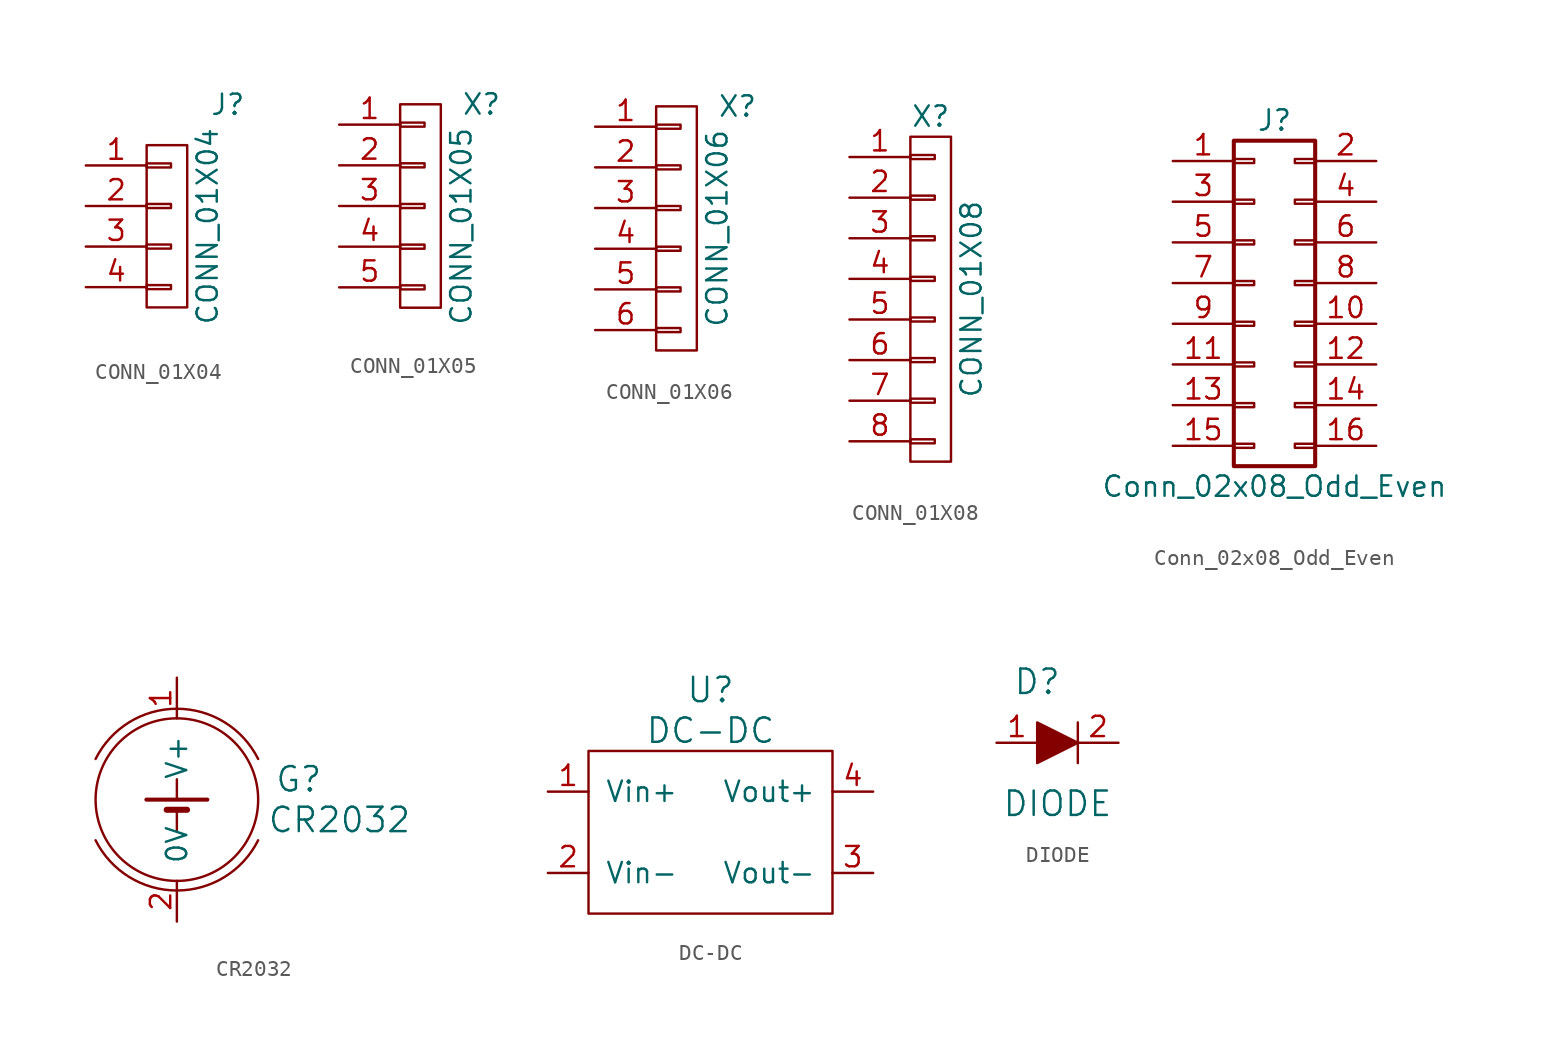
<source format=kicad_sym>
(kicad_symbol_lib
  (version 20211014)
  (generator kicad_symbol_editor)
  (symbol "CONN_01X04"
    (pin_names
      (offset 1.016) hide)
    (property "Reference" "J"
      (at 3.81 8.89 0)
      (effects (font (size 1.27 1.27))))
    (property "Value" "CONN_01X04"
      (at 2.54 1.27 90)
      (effects (font (size 1.27 1.27))))
    (property "Footprint" ""
      (at 0 -3.81 0)
      (effects (font (size 1.27 1.27))))
    (property "Datasheet" ""
      (at -3.81 -5.08 0)
      (effects (font (size 1.27 1.27))))
    (symbol "CONN_01X04_0_1"
      (rectangle (start -1.27 -2.413) (end 0.254 -2.667) (stroke (width 0) (type default) (color 0 0 0 0)) (fill (type none)))
      (rectangle (start -1.27 0.127) (end 0.254 -0.127) (stroke (width 0) (type default) (color 0 0 0 0)) (fill (type none)))
      (rectangle (start -1.27 2.667) (end 0.254 2.413) (stroke (width 0) (type default) (color 0 0 0 0)) (fill (type none)))
      (rectangle (start -1.27 5.207) (end 0.254 4.953) (stroke (width 0) (type default) (color 0 0 0 0)) (fill (type none)))
      (rectangle (start -1.27 6.35) (end 1.27 -3.81) (stroke (width 0) (type default) (color 0 0 0 0)) (fill (type none))))
    (symbol "CONN_01X04_1_1"
      (pin passive line (at -5.08 5.08 0) (length 3.81) (name "P1" (effects (font (size 1.27 1.27)))) (number "1" (effects (font (size 1.27 1.27)))))
      (pin passive line (at -5.08 2.54 0) (length 3.81) (name "P2" (effects (font (size 1.27 1.27)))) (number "2" (effects (font (size 1.27 1.27)))))
      (pin passive line (at -5.08 0 0) (length 3.81) (name "P3" (effects (font (size 1.27 1.27)))) (number "3" (effects (font (size 1.27 1.27)))))
      (pin passive line (at -5.08 -2.54 0) (length 3.81) (name "P4" (effects (font (size 1.27 1.27)))) (number "4" (effects (font (size 1.27 1.27)))))))
  (symbol "CONN_01X05"
    (pin_names
      (offset 1.016) hide)
    (property "Reference" "X"
      (at 3.81 8.89 0)
      (effects (font (size 1.27 1.27))))
    (property "Value" "CONN_01X05"
      (at 2.54 1.27 90)
      (effects (font (size 1.27 1.27))))
    (property "Footprint" ""
      (at 0 0 0)
      (effects (font (size 1.27 1.27))))
    (property "Datasheet" ""
      (at 0 0 0)
      (effects (font (size 1.27 1.27))))
    (symbol "CONN_01X05_0_1"
      (rectangle (start -1.27 -2.413) (end 0.254 -2.667) (stroke (width 0) (type default) (color 0 0 0 0)) (fill (type none)))
      (rectangle (start -1.27 0.127) (end 0.254 -0.127) (stroke (width 0) (type default) (color 0 0 0 0)) (fill (type none)))
      (rectangle (start -1.27 2.667) (end 0.254 2.413) (stroke (width 0) (type default) (color 0 0 0 0)) (fill (type none)))
      (rectangle (start -1.27 5.207) (end 0.254 4.953) (stroke (width 0) (type default) (color 0 0 0 0)) (fill (type none)))
      (rectangle (start -1.27 7.747) (end 0.254 7.493) (stroke (width 0) (type default) (color 0 0 0 0)) (fill (type none)))
      (rectangle (start -1.27 8.89) (end 1.27 -3.81) (stroke (width 0) (type default) (color 0 0 0 0)) (fill (type none))))
    (symbol "CONN_01X05_1_1"
      (pin passive line (at -5.08 7.62 0) (length 3.81) (name "P1" (effects (font (size 1.27 1.27)))) (number "1" (effects (font (size 1.27 1.27)))))
      (pin passive line (at -5.08 5.08 0) (length 3.81) (name "P2" (effects (font (size 1.27 1.27)))) (number "2" (effects (font (size 1.27 1.27)))))
      (pin passive line (at -5.08 2.54 0) (length 3.81) (name "P3" (effects (font (size 1.27 1.27)))) (number "3" (effects (font (size 1.27 1.27)))))
      (pin passive line (at -5.08 0 0) (length 3.81) (name "P4" (effects (font (size 1.27 1.27)))) (number "4" (effects (font (size 1.27 1.27)))))
      (pin passive line (at -5.08 -2.54 0) (length 3.81) (name "P5" (effects (font (size 1.27 1.27)))) (number "5" (effects (font (size 1.27 1.27)))))))
  (symbol "CONN_01X06"
    (pin_names
      (offset 1.016) hide)
    (property "Reference" "X"
      (at 3.81 8.89 0)
      (effects (font (size 1.27 1.27))))
    (property "Value" "CONN_01X06"
      (at 2.54 1.27 90)
      (effects (font (size 1.27 1.27))))
    (property "Footprint" ""
      (at 0 0 0)
      (effects (font (size 1.27 1.27))))
    (property "Datasheet" ""
      (at 0 0 0)
      (effects (font (size 1.27 1.27))))
    (symbol "CONN_01X06_0_1"
      (rectangle (start -1.27 -4.953) (end 0.254 -5.207) (stroke (width 0) (type default) (color 0 0 0 0)) (fill (type none)))
      (rectangle (start -1.27 -2.413) (end 0.254 -2.667) (stroke (width 0) (type default) (color 0 0 0 0)) (fill (type none)))
      (rectangle (start -1.27 0.127) (end 0.254 -0.127) (stroke (width 0) (type default) (color 0 0 0 0)) (fill (type none)))
      (rectangle (start -1.27 2.667) (end 0.254 2.413) (stroke (width 0) (type default) (color 0 0 0 0)) (fill (type none)))
      (rectangle (start -1.27 5.207) (end 0.254 4.953) (stroke (width 0) (type default) (color 0 0 0 0)) (fill (type none)))
      (rectangle (start -1.27 7.747) (end 0.254 7.493) (stroke (width 0) (type default) (color 0 0 0 0)) (fill (type none)))
      (rectangle (start -1.27 8.89) (end 1.27 -6.35) (stroke (width 0) (type default) (color 0 0 0 0)) (fill (type none))))
    (symbol "CONN_01X06_1_1"
      (pin passive line (at -5.08 7.62 0) (length 3.81) (name "P1" (effects (font (size 1.27 1.27)))) (number "1" (effects (font (size 1.27 1.27)))))
      (pin passive line (at -5.08 5.08 0) (length 3.81) (name "P2" (effects (font (size 1.27 1.27)))) (number "2" (effects (font (size 1.27 1.27)))))
      (pin passive line (at -5.08 2.54 0) (length 3.81) (name "P3" (effects (font (size 1.27 1.27)))) (number "3" (effects (font (size 1.27 1.27)))))
      (pin passive line (at -5.08 0 0) (length 3.81) (name "P4" (effects (font (size 1.27 1.27)))) (number "4" (effects (font (size 1.27 1.27)))))
      (pin passive line (at -5.08 -2.54 0) (length 3.81) (name "P5" (effects (font (size 1.27 1.27)))) (number "5" (effects (font (size 1.27 1.27)))))
      (pin passive line (at -5.08 -5.08 0) (length 3.81) (name "P6" (effects (font (size 1.27 1.27)))) (number "6" (effects (font (size 1.27 1.27)))))))
  (symbol "CONN_01X08"
    (pin_names
      (offset 1.016) hide)
    (property "Reference" "X"
      (at 0 11.43 0)
      (effects (font (size 1.27 1.27))))
    (property "Value" "CONN_01X08"
      (at 2.54 0 90)
      (effects (font (size 1.27 1.27))))
    (property "Footprint" ""
      (at 0 0 0)
      (effects (font (size 1.27 1.27))))
    (property "Datasheet" ""
      (at 0 0 0)
      (effects (font (size 1.27 1.27))))
    (symbol "CONN_01X08_0_1"
      (rectangle (start -1.27 -10.16) (end 1.27 10.16) (stroke (width 0) (type default) (color 0 0 0 0)) (fill (type none)))
      (rectangle (start -1.27 -8.763) (end 0.254 -9.017) (stroke (width 0) (type default) (color 0 0 0 0)) (fill (type none)))
      (rectangle (start -1.27 -6.223) (end 0.254 -6.477) (stroke (width 0) (type default) (color 0 0 0 0)) (fill (type none)))
      (rectangle (start -1.27 -3.683) (end 0.254 -3.937) (stroke (width 0) (type default) (color 0 0 0 0)) (fill (type none)))
      (rectangle (start -1.27 -1.143) (end 0.254 -1.397) (stroke (width 0) (type default) (color 0 0 0 0)) (fill (type none)))
      (rectangle (start -1.27 1.397) (end 0.254 1.143) (stroke (width 0) (type default) (color 0 0 0 0)) (fill (type none)))
      (rectangle (start -1.27 3.937) (end 0.254 3.683) (stroke (width 0) (type default) (color 0 0 0 0)) (fill (type none)))
      (rectangle (start -1.27 6.477) (end 0.254 6.223) (stroke (width 0) (type default) (color 0 0 0 0)) (fill (type none)))
      (rectangle (start -1.27 9.017) (end 0.254 8.763) (stroke (width 0) (type default) (color 0 0 0 0)) (fill (type none))))
    (symbol "CONN_01X08_1_1"
      (pin passive line (at -5.08 8.89 0) (length 3.81) (name "P1" (effects (font (size 1.27 1.27)))) (number "1" (effects (font (size 1.27 1.27)))))
      (pin passive line (at -5.08 6.35 0) (length 3.81) (name "P2" (effects (font (size 1.27 1.27)))) (number "2" (effects (font (size 1.27 1.27)))))
      (pin passive line (at -5.08 3.81 0) (length 3.81) (name "P3" (effects (font (size 1.27 1.27)))) (number "3" (effects (font (size 1.27 1.27)))))
      (pin passive line (at -5.08 1.27 0) (length 3.81) (name "P4" (effects (font (size 1.27 1.27)))) (number "4" (effects (font (size 1.27 1.27)))))
      (pin passive line (at -5.08 -1.27 0) (length 3.81) (name "P5" (effects (font (size 1.27 1.27)))) (number "5" (effects (font (size 1.27 1.27)))))
      (pin passive line (at -5.08 -3.81 0) (length 3.81) (name "P6" (effects (font (size 1.27 1.27)))) (number "6" (effects (font (size 1.27 1.27)))))
      (pin passive line (at -5.08 -6.35 0) (length 3.81) (name "P7" (effects (font (size 1.27 1.27)))) (number "7" (effects (font (size 1.27 1.27)))))
      (pin passive line (at -5.08 -8.89 0) (length 3.81) (name "P8" (effects (font (size 1.27 1.27)))) (number "8" (effects (font (size 1.27 1.27)))))))
  (symbol "Conn_02x08_Odd_Even"
    (pin_names
      (offset 1.016) hide)
    (property "Reference" "J"
      (at 0 11.43 0)
      (effects (font (size 1.27 1.27))))
    (property "Value" "Conn_02x08_Odd_Even"
      (at 0 -11.43 0)
      (effects (font (size 1.27 1.27))))
    (symbol "Conn_02x08_Odd_Even_1_1"
      (rectangle (start -2.54 -8.763) (end -1.27 -9.017) (stroke (width 0.152) (type default) (color 0 0 0 0)) (fill (type none)))
      (rectangle (start -2.54 -6.223) (end -1.27 -6.477) (stroke (width 0.152) (type default) (color 0 0 0 0)) (fill (type none)))
      (rectangle (start -2.54 -3.683) (end -1.27 -3.937) (stroke (width 0.152) (type default) (color 0 0 0 0)) (fill (type none)))
      (rectangle (start -2.54 -1.143) (end -1.27 -1.397) (stroke (width 0.152) (type default) (color 0 0 0 0)) (fill (type none)))
      (rectangle (start -2.54 1.397) (end -1.27 1.143) (stroke (width 0.152) (type default) (color 0 0 0 0)) (fill (type none)))
      (rectangle (start -2.54 3.937) (end -1.27 3.683) (stroke (width 0.152) (type default) (color 0 0 0 0)) (fill (type none)))
      (rectangle (start -2.54 6.477) (end -1.27 6.223) (stroke (width 0.152) (type default) (color 0 0 0 0)) (fill (type none)))
      (rectangle (start -2.54 9.017) (end -1.27 8.763) (stroke (width 0.152) (type default) (color 0 0 0 0)) (fill (type none)))
      (rectangle (start -2.54 10.16) (end 2.54 -10.16) (stroke (width 0.254) (type default) (color 0 0 0 0)) (fill (type none)))
      (rectangle (start 2.54 -8.763) (end 1.27 -9.017) (stroke (width 0.152) (type default) (color 0 0 0 0)) (fill (type none)))
      (rectangle (start 2.54 -6.223) (end 1.27 -6.477) (stroke (width 0.152) (type default) (color 0 0 0 0)) (fill (type none)))
      (rectangle (start 2.54 -3.683) (end 1.27 -3.937) (stroke (width 0.152) (type default) (color 0 0 0 0)) (fill (type none)))
      (rectangle (start 2.54 -1.143) (end 1.27 -1.397) (stroke (width 0.152) (type default) (color 0 0 0 0)) (fill (type none)))
      (rectangle (start 2.54 1.397) (end 1.27 1.143) (stroke (width 0.152) (type default) (color 0 0 0 0)) (fill (type none)))
      (rectangle (start 2.54 3.937) (end 1.27 3.683) (stroke (width 0.152) (type default) (color 0 0 0 0)) (fill (type none)))
      (rectangle (start 2.54 6.477) (end 1.27 6.223) (stroke (width 0.152) (type default) (color 0 0 0 0)) (fill (type none)))
      (rectangle (start 2.54 9.017) (end 1.27 8.763) (stroke (width 0.152) (type default) (color 0 0 0 0)) (fill (type none)))
      (pin passive line (at -6.35 8.89 0) (length 3.81) (name "Pin_1" (effects (font (size 1.27 1.27)))) (number "1" (effects (font (size 1.27 1.27)))))
      (pin passive line (at 6.35 -1.27 180) (length 3.81) (name "Pin_10" (effects (font (size 1.27 1.27)))) (number "10" (effects (font (size 1.27 1.27)))))
      (pin passive line (at -6.35 -3.81 0) (length 3.81) (name "Pin_11" (effects (font (size 1.27 1.27)))) (number "11" (effects (font (size 1.27 1.27)))))
      (pin passive line (at 6.35 -3.81 180) (length 3.81) (name "Pin_12" (effects (font (size 1.27 1.27)))) (number "12" (effects (font (size 1.27 1.27)))))
      (pin passive line (at -6.35 -6.35 0) (length 3.81) (name "Pin_13" (effects (font (size 1.27 1.27)))) (number "13" (effects (font (size 1.27 1.27)))))
      (pin passive line (at 6.35 -6.35 180) (length 3.81) (name "Pin_14" (effects (font (size 1.27 1.27)))) (number "14" (effects (font (size 1.27 1.27)))))
      (pin passive line (at -6.35 -8.89 0) (length 3.81) (name "Pin_15" (effects (font (size 1.27 1.27)))) (number "15" (effects (font (size 1.27 1.27)))))
      (pin passive line (at 6.35 -8.89 180) (length 3.81) (name "Pin_16" (effects (font (size 1.27 1.27)))) (number "16" (effects (font (size 1.27 1.27)))))
      (pin passive line (at 6.35 8.89 180) (length 3.81) (name "Pin_2" (effects (font (size 1.27 1.27)))) (number "2" (effects (font (size 1.27 1.27)))))
      (pin passive line (at -6.35 6.35 0) (length 3.81) (name "Pin_3" (effects (font (size 1.27 1.27)))) (number "3" (effects (font (size 1.27 1.27)))))
      (pin passive line (at 6.35 6.35 180) (length 3.81) (name "Pin_4" (effects (font (size 1.27 1.27)))) (number "4" (effects (font (size 1.27 1.27)))))
      (pin passive line (at -6.35 3.81 0) (length 3.81) (name "Pin_5" (effects (font (size 1.27 1.27)))) (number "5" (effects (font (size 1.27 1.27)))))
      (pin passive line (at 6.35 3.81 180) (length 3.81) (name "Pin_6" (effects (font (size 1.27 1.27)))) (number "6" (effects (font (size 1.27 1.27)))))
      (pin passive line (at -6.35 1.27 0) (length 3.81) (name "Pin_7" (effects (font (size 1.27 1.27)))) (number "7" (effects (font (size 1.27 1.27)))))
      (pin passive line (at 6.35 1.27 180) (length 3.81) (name "Pin_8" (effects (font (size 1.27 1.27)))) (number "8" (effects (font (size 1.27 1.27)))))
      (pin passive line (at -6.35 -1.27 0) (length 3.81) (name "Pin_9" (effects (font (size 1.27 1.27)))) (number "9" (effects (font (size 1.27 1.27)))))))
  (symbol "CR2032"
    (pin_names
      (offset 1.016))
    (property "Reference" "G"
      (at 7.62 1.27 0)
      (effects (font (size 1.524 1.524))))
    (property "Value" "CR2032"
      (at 10.16 -1.27 0)
      (effects (font (size 1.524 1.524))))
    (property "Footprint" ""
      (at 0 0 0)
      (effects (font (size 1.524 1.524))))
    (property "Datasheet" ""
      (at 0 0 0)
      (effects (font (size 1.524 1.524))))
    (symbol "CR2032_0_1"
      (arc (start -5.08 -2.54) (mid 0 -5.6796) (end 5.08 -2.54) (stroke (width 0) (type default) (color 0 0 0 0)) (fill (type none)))
      (polyline (pts (xy -1.905 0) (xy 1.905 0)) (stroke (width 0.254) (type default) (color 0 0 0 0)) (fill (type none)))
      (polyline (pts (xy -0.635 -0.635) (xy 0.635 -0.635)) (stroke (width 0.381) (type default) (color 0 0 0 0)) (fill (type none)))
      (polyline (pts (xy 0 -0.635) (xy 0 -1.905)) (stroke (width 0) (type default) (color 0 0 0 0)) (fill (type none)))
      (polyline (pts (xy 0 0) (xy 0 1.27)) (stroke (width 0) (type default) (color 0 0 0 0)) (fill (type none)))
      (circle (center 0 0) (radius 5.08) (stroke (width 0) (type default) (color 0 0 0 0)) (fill (type none)))
      (arc (start 5.08 2.54) (mid 0 5.6796) (end -5.08 2.54) (stroke (width 0) (type default) (color 0 0 0 0)) (fill (type none))))
    (symbol "CR2032_1_1"
      (pin power_out line (at 0 7.62 270) (length 2.54) (name "V+" (effects (font (size 1.27 1.27)))) (number "1" (effects (font (size 1.27 1.27)))))
      (pin power_out line (at 0 -7.62 90) (length 2.54) (name "0V" (effects (font (size 1.27 1.27)))) (number "2" (effects (font (size 1.27 1.27)))))))
  (symbol "DC-DC"
    (pin_names
      (offset 1.016))
    (property "Reference" "U"
      (at 0 8.89 0)
      (effects (font (size 1.524 1.524))))
    (property "Value" "DC-DC"
      (at 0 6.35 0)
      (effects (font (size 1.524 1.524))))
    (symbol "DC-DC_0_1"
      (rectangle (start -7.62 5.08) (end 7.62 -5.08) (stroke (width 0) (type default) (color 0 0 0 0)) (fill (type none))))
    (symbol "DC-DC_1_1"
      (pin power_in line (at -10.16 2.54 0) (length 2.54) (name "Vin+" (effects (font (size 1.27 1.27)))) (number "1" (effects (font (size 1.27 1.27)))))
      (pin passive line (at -10.16 -2.54 0) (length 2.54) (name "Vin-" (effects (font (size 1.27 1.27)))) (number "2" (effects (font (size 1.27 1.27)))))
      (pin passive line (at 10.16 -2.54 180) (length 2.54) (name "Vout-" (effects (font (size 1.27 1.27)))) (number "3" (effects (font (size 1.27 1.27)))))
      (pin power_out line (at 10.16 2.54 180) (length 2.54) (name "Vout+" (effects (font (size 1.27 1.27)))) (number "4" (effects (font (size 1.27 1.27)))))))
  (symbol "DIODE"
    (pin_names
      (offset 1.016) hide)
    (property "Reference" "D"
      (at -1.27 3.81 0)
      (effects (font (size 1.524 1.524))))
    (property "Value" "DIODE"
      (at 0 -3.81 0)
      (effects (font (size 1.524 1.524))))
    (property "Footprint" ""
      (at 0 0 0)
      (effects (font (size 1.524 1.524))))
    (property "Datasheet" ""
      (at 0 0 0)
      (effects (font (size 1.524 1.524))))
    (symbol "DIODE_0_0"
      (polyline (pts (xy 1.27 1.27) (xy 1.27 -1.27)) (stroke (width 0) (type default) (color 0 0 0 0)) (fill (type none)))
      (polyline (pts (xy -1.27 1.27) (xy -1.27 -1.27) (xy 1.27 0) (xy -1.27 1.27)) (stroke (width 0) (type default) (color 0 0 0 0)) (fill (type outline))))
    (symbol "DIODE_1_1"
      (pin passive line (at -3.81 0 0) (length 2.54) (name "Anode" (effects (font (size 1.27 1.27)))) (number "1" (effects (font (size 1.27 1.27)))))
      (pin passive line (at 3.81 0 180) (length 2.54) (name "Cathode" (effects (font (size 1.27 1.27)))) (number "2" (effects (font (size 1.27 1.27))))))))
</source>
